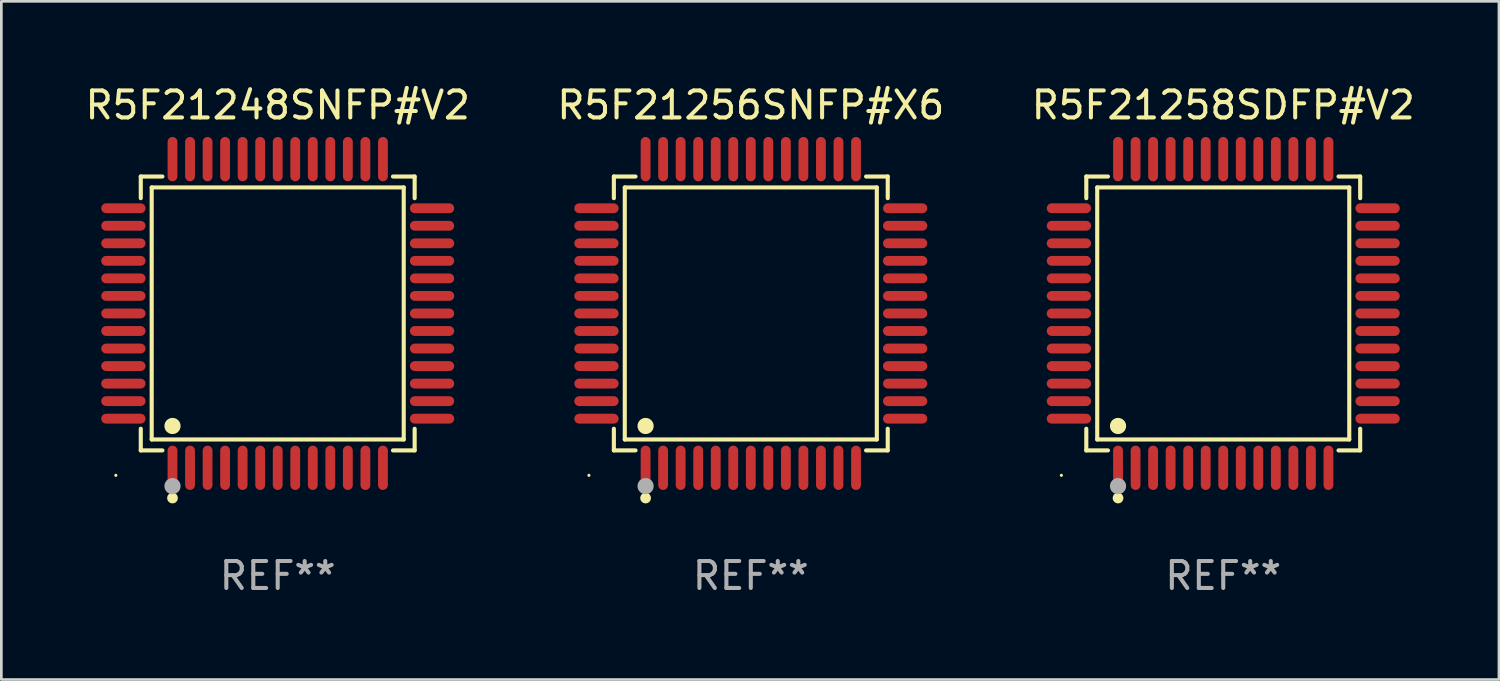
<source format=kicad_pcb>
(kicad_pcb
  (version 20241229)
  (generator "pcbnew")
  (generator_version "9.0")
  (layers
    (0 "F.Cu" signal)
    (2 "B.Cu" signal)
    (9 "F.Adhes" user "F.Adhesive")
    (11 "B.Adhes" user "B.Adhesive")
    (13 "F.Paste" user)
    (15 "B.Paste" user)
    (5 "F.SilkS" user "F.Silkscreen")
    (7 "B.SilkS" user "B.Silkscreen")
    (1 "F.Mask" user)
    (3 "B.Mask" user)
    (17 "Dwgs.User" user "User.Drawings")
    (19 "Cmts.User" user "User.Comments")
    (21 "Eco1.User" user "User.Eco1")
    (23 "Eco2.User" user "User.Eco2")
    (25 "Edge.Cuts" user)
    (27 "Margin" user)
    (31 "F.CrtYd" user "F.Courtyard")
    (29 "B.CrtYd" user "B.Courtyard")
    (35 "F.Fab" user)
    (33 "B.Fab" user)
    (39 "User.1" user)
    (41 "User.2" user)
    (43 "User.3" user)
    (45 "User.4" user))
  (footprint "R5F21256SNFP#X6"
    (layer "F.Cu")
    (at 24.78 8.569)
    (property "Reference" "R5F21256SNFP#X6" (at 0 -7.721 0) (layer "F.SilkS") (effects (font (size 1 1) (thickness 0.15))))
    (attr through_hole)
    (fp_line (start -5.076 -5.076) (end -4.273 -5.076) (stroke (width 0.152) (type solid)) (layer "F.SilkS"))
    (fp_line (start -5.076 -4.273) (end -5.076 -5.076) (stroke (width 0.152) (type solid)) (layer "F.SilkS"))
    (fp_line (start -5.076 4.273) (end -5.076 5.076) (stroke (width 0.152) (type solid)) (layer "F.SilkS"))
    (fp_line (start -5.076 5.076) (end -4.273 5.076) (stroke (width 0.152) (type solid)) (layer "F.SilkS"))
    (fp_line (start -4.671 -4.671) (end 4.671 -4.671) (stroke (width 0.152) (type solid)) (layer "F.SilkS"))
    (fp_line (start -4.671 4.671) (end -4.671 -4.671) (stroke (width 0.152) (type solid)) (layer "F.SilkS"))
    (fp_line (start 4.671 -4.671) (end 4.671 4.671) (stroke (width 0.152) (type solid)) (layer "F.SilkS"))
    (fp_line (start 4.671 4.671) (end -4.671 4.671) (stroke (width 0.152) (type solid)) (layer "F.SilkS"))
    (fp_line (start 5.076 -5.076) (end 4.273 -5.076) (stroke (width 0.152) (type solid)) (layer "F.SilkS"))
    (fp_line (start 5.076 -4.273) (end 5.076 -5.076) (stroke (width 0.152) (type solid)) (layer "F.SilkS"))
    (fp_line (start 5.076 4.273) (end 5.076 5.076) (stroke (width 0.152) (type solid)) (layer "F.SilkS"))
    (fp_line (start 5.076 5.076) (end 4.273 5.076) (stroke (width 0.152) (type solid)) (layer "F.SilkS"))
    (fp_circle (center -6 6) (end -5.97 6) (stroke (width 0.06) (type solid)) (fill no) (layer "F.SilkS"))
    (fp_circle (center -3.9 4.171) (end -3.75 4.171) (stroke (width 0.3) (type solid)) (fill no) (layer "F.SilkS"))
    (fp_circle (center -3.9 6.842) (end -3.8 6.842) (stroke (width 0.2) (type solid)) (fill no) (layer "F.SilkS"))
    (fp_circle (center -3.9 6.4) (end -3.75 6.4) (stroke (width 0.3) (type solid)) (fill no) (layer "F.Fab"))
    (fp_text user "REF**" (at 0 9.721 0) (layer "F.Fab") (effects (font (size 1 1) (thickness 0.15))))
    (pad "1" smd oval (at -3.9 5.721) (size 0.364 1.642) (layers "F.Cu" "F.Mask" "F.Paste"))
    (pad "2" smd oval (at -3.25 5.721) (size 0.364 1.642) (layers "F.Cu" "F.Mask" "F.Paste"))
    (pad "3" smd oval (at -2.6 5.721) (size 0.364 1.642) (layers "F.Cu" "F.Mask" "F.Paste"))
    (pad "4" smd oval (at -1.95 5.721) (size 0.364 1.642) (layers "F.Cu" "F.Mask" "F.Paste"))
    (pad "5" smd oval (at -1.3 5.721) (size 0.364 1.642) (layers "F.Cu" "F.Mask" "F.Paste"))
    (pad "6" smd oval (at -0.65 5.721) (size 0.364 1.642) (layers "F.Cu" "F.Mask" "F.Paste"))
    (pad "7" smd oval (at 0 5.721) (size 0.364 1.642) (layers "F.Cu" "F.Mask" "F.Paste"))
    (pad "8" smd oval (at 0.65 5.721) (size 0.364 1.642) (layers "F.Cu" "F.Mask" "F.Paste"))
    (pad "9" smd oval (at 1.3 5.721) (size 0.364 1.642) (layers "F.Cu" "F.Mask" "F.Paste"))
    (pad "10" smd oval (at 1.95 5.721) (size 0.364 1.642) (layers "F.Cu" "F.Mask" "F.Paste"))
    (pad "11" smd oval (at 2.6 5.721) (size 0.364 1.642) (layers "F.Cu" "F.Mask" "F.Paste"))
    (pad "12" smd oval (at 3.25 5.721) (size 0.364 1.642) (layers "F.Cu" "F.Mask" "F.Paste"))
    (pad "13" smd oval (at 3.9 5.721) (size 0.364 1.642) (layers "F.Cu" "F.Mask" "F.Paste"))
    (pad "14" smd oval (at 5.721 3.9) (size 1.642 0.364) (layers "F.Cu" "F.Mask" "F.Paste"))
    (pad "15" smd oval (at 5.721 3.25) (size 1.642 0.364) (layers "F.Cu" "F.Mask" "F.Paste"))
    (pad "16" smd oval (at 5.721 2.6) (size 1.642 0.364) (layers "F.Cu" "F.Mask" "F.Paste"))
    (pad "17" smd oval (at 5.721 1.95) (size 1.642 0.364) (layers "F.Cu" "F.Mask" "F.Paste"))
    (pad "18" smd oval (at 5.721 1.3) (size 1.642 0.364) (layers "F.Cu" "F.Mask" "F.Paste"))
    (pad "19" smd oval (at 5.721 0.65) (size 1.642 0.364) (layers "F.Cu" "F.Mask" "F.Paste"))
    (pad "20" smd oval (at 5.721 0) (size 1.642 0.364) (layers "F.Cu" "F.Mask" "F.Paste"))
    (pad "21" smd oval (at 5.721 -0.65) (size 1.642 0.364) (layers "F.Cu" "F.Mask" "F.Paste"))
    (pad "22" smd oval (at 5.721 -1.3) (size 1.642 0.364) (layers "F.Cu" "F.Mask" "F.Paste"))
    (pad "23" smd oval (at 5.721 -1.95) (size 1.642 0.364) (layers "F.Cu" "F.Mask" "F.Paste"))
    (pad "24" smd oval (at 5.721 -2.6) (size 1.642 0.364) (layers "F.Cu" "F.Mask" "F.Paste"))
    (pad "25" smd oval (at 5.721 -3.25) (size 1.642 0.364) (layers "F.Cu" "F.Mask" "F.Paste"))
    (pad "26" smd oval (at 5.721 -3.9) (size 1.642 0.364) (layers "F.Cu" "F.Mask" "F.Paste"))
    (pad "27" smd oval (at 3.9 -5.721) (size 0.364 1.642) (layers "F.Cu" "F.Mask" "F.Paste"))
    (pad "28" smd oval (at 3.25 -5.721) (size 0.364 1.642) (layers "F.Cu" "F.Mask" "F.Paste"))
    (pad "29" smd oval (at 2.6 -5.721) (size 0.364 1.642) (layers "F.Cu" "F.Mask" "F.Paste"))
    (pad "30" smd oval (at 1.95 -5.721) (size 0.364 1.642) (layers "F.Cu" "F.Mask" "F.Paste"))
    (pad "31" smd oval (at 1.3 -5.721) (size 0.364 1.642) (layers "F.Cu" "F.Mask" "F.Paste"))
    (pad "32" smd oval (at 0.65 -5.721) (size 0.364 1.642) (layers "F.Cu" "F.Mask" "F.Paste"))
    (pad "33" smd oval (at 0 -5.721) (size 0.364 1.642) (layers "F.Cu" "F.Mask" "F.Paste"))
    (pad "34" smd oval (at -0.65 -5.721) (size 0.364 1.642) (layers "F.Cu" "F.Mask" "F.Paste"))
    (pad "35" smd oval (at -1.3 -5.721) (size 0.364 1.642) (layers "F.Cu" "F.Mask" "F.Paste"))
    (pad "36" smd oval (at -1.95 -5.721) (size 0.364 1.642) (layers "F.Cu" "F.Mask" "F.Paste"))
    (pad "37" smd oval (at -2.6 -5.721) (size 0.364 1.642) (layers "F.Cu" "F.Mask" "F.Paste"))
    (pad "38" smd oval (at -3.25 -5.721) (size 0.364 1.642) (layers "F.Cu" "F.Mask" "F.Paste"))
    (pad "39" smd oval (at -3.9 -5.721) (size 0.364 1.642) (layers "F.Cu" "F.Mask" "F.Paste"))
    (pad "40" smd oval (at -5.721 -3.9) (size 1.642 0.364) (layers "F.Cu" "F.Mask" "F.Paste"))
    (pad "41" smd oval (at -5.721 -3.25) (size 1.642 0.364) (layers "F.Cu" "F.Mask" "F.Paste"))
    (pad "42" smd oval (at -5.721 -2.6) (size 1.642 0.364) (layers "F.Cu" "F.Mask" "F.Paste"))
    (pad "43" smd oval (at -5.721 -1.95) (size 1.642 0.364) (layers "F.Cu" "F.Mask" "F.Paste"))
    (pad "44" smd oval (at -5.721 -1.3) (size 1.642 0.364) (layers "F.Cu" "F.Mask" "F.Paste"))
    (pad "45" smd oval (at -5.721 -0.65) (size 1.642 0.364) (layers "F.Cu" "F.Mask" "F.Paste"))
    (pad "46" smd oval (at -5.721 0) (size 1.642 0.364) (layers "F.Cu" "F.Mask" "F.Paste"))
    (pad "47" smd oval (at -5.721 0.65) (size 1.642 0.364) (layers "F.Cu" "F.Mask" "F.Paste"))
    (pad "48" smd oval (at -5.721 1.3) (size 1.642 0.364) (layers "F.Cu" "F.Mask" "F.Paste"))
    (pad "49" smd oval (at -5.721 1.95) (size 1.642 0.364) (layers "F.Cu" "F.Mask" "F.Paste"))
    (pad "50" smd oval (at -5.721 2.6) (size 1.642 0.364) (layers "F.Cu" "F.Mask" "F.Paste"))
    (pad "51" smd oval (at -5.721 3.25) (size 1.642 0.364) (layers "F.Cu" "F.Mask" "F.Paste"))
    (pad "52" smd oval (at -5.721 3.9) (size 1.642 0.364) (layers "F.Cu" "F.Mask" "F.Paste")))
  (footprint "R5F21258SDFP#V2"
    (layer "F.Cu")
    (at 42.292 8.569)
    (property "Reference" "R5F21258SDFP#V2" (at 0 -7.721 0) (layer "F.SilkS") (effects (font (size 1 1) (thickness 0.15))))
    (attr through_hole)
    (fp_line (start -5.076 -5.076) (end -4.273 -5.076) (stroke (width 0.152) (type solid)) (layer "F.SilkS"))
    (fp_line (start -5.076 -4.273) (end -5.076 -5.076) (stroke (width 0.152) (type solid)) (layer "F.SilkS"))
    (fp_line (start -5.076 4.273) (end -5.076 5.076) (stroke (width 0.152) (type solid)) (layer "F.SilkS"))
    (fp_line (start -5.076 5.076) (end -4.273 5.076) (stroke (width 0.152) (type solid)) (layer "F.SilkS"))
    (fp_line (start -4.671 -4.671) (end 4.671 -4.671) (stroke (width 0.152) (type solid)) (layer "F.SilkS"))
    (fp_line (start -4.671 4.671) (end -4.671 -4.671) (stroke (width 0.152) (type solid)) (layer "F.SilkS"))
    (fp_line (start 4.671 -4.671) (end 4.671 4.671) (stroke (width 0.152) (type solid)) (layer "F.SilkS"))
    (fp_line (start 4.671 4.671) (end -4.671 4.671) (stroke (width 0.152) (type solid)) (layer "F.SilkS"))
    (fp_line (start 5.076 -5.076) (end 4.273 -5.076) (stroke (width 0.152) (type solid)) (layer "F.SilkS"))
    (fp_line (start 5.076 -4.273) (end 5.076 -5.076) (stroke (width 0.152) (type solid)) (layer "F.SilkS"))
    (fp_line (start 5.076 4.273) (end 5.076 5.076) (stroke (width 0.152) (type solid)) (layer "F.SilkS"))
    (fp_line (start 5.076 5.076) (end 4.273 5.076) (stroke (width 0.152) (type solid)) (layer "F.SilkS"))
    (fp_circle (center -6 6) (end -5.97 6) (stroke (width 0.06) (type solid)) (fill no) (layer "F.SilkS"))
    (fp_circle (center -3.9 4.171) (end -3.75 4.171) (stroke (width 0.3) (type solid)) (fill no) (layer "F.SilkS"))
    (fp_circle (center -3.9 6.842) (end -3.8 6.842) (stroke (width 0.2) (type solid)) (fill no) (layer "F.SilkS"))
    (fp_circle (center -3.9 6.4) (end -3.75 6.4) (stroke (width 0.3) (type solid)) (fill no) (layer "F.Fab"))
    (fp_text user "REF**" (at 0 9.721 0) (layer "F.Fab") (effects (font (size 1 1) (thickness 0.15))))
    (pad "1" smd oval (at -3.9 5.721) (size 0.364 1.642) (layers "F.Cu" "F.Mask" "F.Paste"))
    (pad "2" smd oval (at -3.25 5.721) (size 0.364 1.642) (layers "F.Cu" "F.Mask" "F.Paste"))
    (pad "3" smd oval (at -2.6 5.721) (size 0.364 1.642) (layers "F.Cu" "F.Mask" "F.Paste"))
    (pad "4" smd oval (at -1.95 5.721) (size 0.364 1.642) (layers "F.Cu" "F.Mask" "F.Paste"))
    (pad "5" smd oval (at -1.3 5.721) (size 0.364 1.642) (layers "F.Cu" "F.Mask" "F.Paste"))
    (pad "6" smd oval (at -0.65 5.721) (size 0.364 1.642) (layers "F.Cu" "F.Mask" "F.Paste"))
    (pad "7" smd oval (at 0 5.721) (size 0.364 1.642) (layers "F.Cu" "F.Mask" "F.Paste"))
    (pad "8" smd oval (at 0.65 5.721) (size 0.364 1.642) (layers "F.Cu" "F.Mask" "F.Paste"))
    (pad "9" smd oval (at 1.3 5.721) (size 0.364 1.642) (layers "F.Cu" "F.Mask" "F.Paste"))
    (pad "10" smd oval (at 1.95 5.721) (size 0.364 1.642) (layers "F.Cu" "F.Mask" "F.Paste"))
    (pad "11" smd oval (at 2.6 5.721) (size 0.364 1.642) (layers "F.Cu" "F.Mask" "F.Paste"))
    (pad "12" smd oval (at 3.25 5.721) (size 0.364 1.642) (layers "F.Cu" "F.Mask" "F.Paste"))
    (pad "13" smd oval (at 3.9 5.721) (size 0.364 1.642) (layers "F.Cu" "F.Mask" "F.Paste"))
    (pad "14" smd oval (at 5.721 3.9) (size 1.642 0.364) (layers "F.Cu" "F.Mask" "F.Paste"))
    (pad "15" smd oval (at 5.721 3.25) (size 1.642 0.364) (layers "F.Cu" "F.Mask" "F.Paste"))
    (pad "16" smd oval (at 5.721 2.6) (size 1.642 0.364) (layers "F.Cu" "F.Mask" "F.Paste"))
    (pad "17" smd oval (at 5.721 1.95) (size 1.642 0.364) (layers "F.Cu" "F.Mask" "F.Paste"))
    (pad "18" smd oval (at 5.721 1.3) (size 1.642 0.364) (layers "F.Cu" "F.Mask" "F.Paste"))
    (pad "19" smd oval (at 5.721 0.65) (size 1.642 0.364) (layers "F.Cu" "F.Mask" "F.Paste"))
    (pad "20" smd oval (at 5.721 0) (size 1.642 0.364) (layers "F.Cu" "F.Mask" "F.Paste"))
    (pad "21" smd oval (at 5.721 -0.65) (size 1.642 0.364) (layers "F.Cu" "F.Mask" "F.Paste"))
    (pad "22" smd oval (at 5.721 -1.3) (size 1.642 0.364) (layers "F.Cu" "F.Mask" "F.Paste"))
    (pad "23" smd oval (at 5.721 -1.95) (size 1.642 0.364) (layers "F.Cu" "F.Mask" "F.Paste"))
    (pad "24" smd oval (at 5.721 -2.6) (size 1.642 0.364) (layers "F.Cu" "F.Mask" "F.Paste"))
    (pad "25" smd oval (at 5.721 -3.25) (size 1.642 0.364) (layers "F.Cu" "F.Mask" "F.Paste"))
    (pad "26" smd oval (at 5.721 -3.9) (size 1.642 0.364) (layers "F.Cu" "F.Mask" "F.Paste"))
    (pad "27" smd oval (at 3.9 -5.721) (size 0.364 1.642) (layers "F.Cu" "F.Mask" "F.Paste"))
    (pad "28" smd oval (at 3.25 -5.721) (size 0.364 1.642) (layers "F.Cu" "F.Mask" "F.Paste"))
    (pad "29" smd oval (at 2.6 -5.721) (size 0.364 1.642) (layers "F.Cu" "F.Mask" "F.Paste"))
    (pad "30" smd oval (at 1.95 -5.721) (size 0.364 1.642) (layers "F.Cu" "F.Mask" "F.Paste"))
    (pad "31" smd oval (at 1.3 -5.721) (size 0.364 1.642) (layers "F.Cu" "F.Mask" "F.Paste"))
    (pad "32" smd oval (at 0.65 -5.721) (size 0.364 1.642) (layers "F.Cu" "F.Mask" "F.Paste"))
    (pad "33" smd oval (at 0 -5.721) (size 0.364 1.642) (layers "F.Cu" "F.Mask" "F.Paste"))
    (pad "34" smd oval (at -0.65 -5.721) (size 0.364 1.642) (layers "F.Cu" "F.Mask" "F.Paste"))
    (pad "35" smd oval (at -1.3 -5.721) (size 0.364 1.642) (layers "F.Cu" "F.Mask" "F.Paste"))
    (pad "36" smd oval (at -1.95 -5.721) (size 0.364 1.642) (layers "F.Cu" "F.Mask" "F.Paste"))
    (pad "37" smd oval (at -2.6 -5.721) (size 0.364 1.642) (layers "F.Cu" "F.Mask" "F.Paste"))
    (pad "38" smd oval (at -3.25 -5.721) (size 0.364 1.642) (layers "F.Cu" "F.Mask" "F.Paste"))
    (pad "39" smd oval (at -3.9 -5.721) (size 0.364 1.642) (layers "F.Cu" "F.Mask" "F.Paste"))
    (pad "40" smd oval (at -5.721 -3.9) (size 1.642 0.364) (layers "F.Cu" "F.Mask" "F.Paste"))
    (pad "41" smd oval (at -5.721 -3.25) (size 1.642 0.364) (layers "F.Cu" "F.Mask" "F.Paste"))
    (pad "42" smd oval (at -5.721 -2.6) (size 1.642 0.364) (layers "F.Cu" "F.Mask" "F.Paste"))
    (pad "43" smd oval (at -5.721 -1.95) (size 1.642 0.364) (layers "F.Cu" "F.Mask" "F.Paste"))
    (pad "44" smd oval (at -5.721 -1.3) (size 1.642 0.364) (layers "F.Cu" "F.Mask" "F.Paste"))
    (pad "45" smd oval (at -5.721 -0.65) (size 1.642 0.364) (layers "F.Cu" "F.Mask" "F.Paste"))
    (pad "46" smd oval (at -5.721 0) (size 1.642 0.364) (layers "F.Cu" "F.Mask" "F.Paste"))
    (pad "47" smd oval (at -5.721 0.65) (size 1.642 0.364) (layers "F.Cu" "F.Mask" "F.Paste"))
    (pad "48" smd oval (at -5.721 1.3) (size 1.642 0.364) (layers "F.Cu" "F.Mask" "F.Paste"))
    (pad "49" smd oval (at -5.721 1.95) (size 1.642 0.364) (layers "F.Cu" "F.Mask" "F.Paste"))
    (pad "50" smd oval (at -5.721 2.6) (size 1.642 0.364) (layers "F.Cu" "F.Mask" "F.Paste"))
    (pad "51" smd oval (at -5.721 3.25) (size 1.642 0.364) (layers "F.Cu" "F.Mask" "F.Paste"))
    (pad "52" smd oval (at -5.721 3.9) (size 1.642 0.364) (layers "F.Cu" "F.Mask" "F.Paste")))
  (footprint "R5F21248SNFP#V2"
    (layer "F.Cu")
    (at 7.244 8.569)
    (property "Reference" "R5F21248SNFP#V2" (at 0 -7.721 0) (layer "F.SilkS") (effects (font (size 1 1) (thickness 0.15))))
    (attr through_hole)
    (fp_line (start -5.076 -5.076) (end -4.273 -5.076) (stroke (width 0.152) (type solid)) (layer "F.SilkS"))
    (fp_line (start -5.076 -4.273) (end -5.076 -5.076) (stroke (width 0.152) (type solid)) (layer "F.SilkS"))
    (fp_line (start -5.076 4.273) (end -5.076 5.076) (stroke (width 0.152) (type solid)) (layer "F.SilkS"))
    (fp_line (start -5.076 5.076) (end -4.273 5.076) (stroke (width 0.152) (type solid)) (layer "F.SilkS"))
    (fp_line (start -4.671 -4.671) (end 4.671 -4.671) (stroke (width 0.152) (type solid)) (layer "F.SilkS"))
    (fp_line (start -4.671 4.671) (end -4.671 -4.671) (stroke (width 0.152) (type solid)) (layer "F.SilkS"))
    (fp_line (start 4.671 -4.671) (end 4.671 4.671) (stroke (width 0.152) (type solid)) (layer "F.SilkS"))
    (fp_line (start 4.671 4.671) (end -4.671 4.671) (stroke (width 0.152) (type solid)) (layer "F.SilkS"))
    (fp_line (start 5.076 -5.076) (end 4.273 -5.076) (stroke (width 0.152) (type solid)) (layer "F.SilkS"))
    (fp_line (start 5.076 -4.273) (end 5.076 -5.076) (stroke (width 0.152) (type solid)) (layer "F.SilkS"))
    (fp_line (start 5.076 4.273) (end 5.076 5.076) (stroke (width 0.152) (type solid)) (layer "F.SilkS"))
    (fp_line (start 5.076 5.076) (end 4.273 5.076) (stroke (width 0.152) (type solid)) (layer "F.SilkS"))
    (fp_circle (center -6 6) (end -5.97 6) (stroke (width 0.06) (type solid)) (fill no) (layer "F.SilkS"))
    (fp_circle (center -3.9 4.171) (end -3.75 4.171) (stroke (width 0.3) (type solid)) (fill no) (layer "F.SilkS"))
    (fp_circle (center -3.9 6.842) (end -3.8 6.842) (stroke (width 0.2) (type solid)) (fill no) (layer "F.SilkS"))
    (fp_circle (center -3.9 6.4) (end -3.75 6.4) (stroke (width 0.3) (type solid)) (fill no) (layer "F.Fab"))
    (fp_text user "REF**" (at 0 9.721 0) (layer "F.Fab") (effects (font (size 1 1) (thickness 0.15))))
    (pad "1" smd oval (at -3.9 5.721) (size 0.364 1.642) (layers "F.Cu" "F.Mask" "F.Paste"))
    (pad "2" smd oval (at -3.25 5.721) (size 0.364 1.642) (layers "F.Cu" "F.Mask" "F.Paste"))
    (pad "3" smd oval (at -2.6 5.721) (size 0.364 1.642) (layers "F.Cu" "F.Mask" "F.Paste"))
    (pad "4" smd oval (at -1.95 5.721) (size 0.364 1.642) (layers "F.Cu" "F.Mask" "F.Paste"))
    (pad "5" smd oval (at -1.3 5.721) (size 0.364 1.642) (layers "F.Cu" "F.Mask" "F.Paste"))
    (pad "6" smd oval (at -0.65 5.721) (size 0.364 1.642) (layers "F.Cu" "F.Mask" "F.Paste"))
    (pad "7" smd oval (at 0 5.721) (size 0.364 1.642) (layers "F.Cu" "F.Mask" "F.Paste"))
    (pad "8" smd oval (at 0.65 5.721) (size 0.364 1.642) (layers "F.Cu" "F.Mask" "F.Paste"))
    (pad "9" smd oval (at 1.3 5.721) (size 0.364 1.642) (layers "F.Cu" "F.Mask" "F.Paste"))
    (pad "10" smd oval (at 1.95 5.721) (size 0.364 1.642) (layers "F.Cu" "F.Mask" "F.Paste"))
    (pad "11" smd oval (at 2.6 5.721) (size 0.364 1.642) (layers "F.Cu" "F.Mask" "F.Paste"))
    (pad "12" smd oval (at 3.25 5.721) (size 0.364 1.642) (layers "F.Cu" "F.Mask" "F.Paste"))
    (pad "13" smd oval (at 3.9 5.721) (size 0.364 1.642) (layers "F.Cu" "F.Mask" "F.Paste"))
    (pad "14" smd oval (at 5.721 3.9) (size 1.642 0.364) (layers "F.Cu" "F.Mask" "F.Paste"))
    (pad "15" smd oval (at 5.721 3.25) (size 1.642 0.364) (layers "F.Cu" "F.Mask" "F.Paste"))
    (pad "16" smd oval (at 5.721 2.6) (size 1.642 0.364) (layers "F.Cu" "F.Mask" "F.Paste"))
    (pad "17" smd oval (at 5.721 1.95) (size 1.642 0.364) (layers "F.Cu" "F.Mask" "F.Paste"))
    (pad "18" smd oval (at 5.721 1.3) (size 1.642 0.364) (layers "F.Cu" "F.Mask" "F.Paste"))
    (pad "19" smd oval (at 5.721 0.65) (size 1.642 0.364) (layers "F.Cu" "F.Mask" "F.Paste"))
    (pad "20" smd oval (at 5.721 0) (size 1.642 0.364) (layers "F.Cu" "F.Mask" "F.Paste"))
    (pad "21" smd oval (at 5.721 -0.65) (size 1.642 0.364) (layers "F.Cu" "F.Mask" "F.Paste"))
    (pad "22" smd oval (at 5.721 -1.3) (size 1.642 0.364) (layers "F.Cu" "F.Mask" "F.Paste"))
    (pad "23" smd oval (at 5.721 -1.95) (size 1.642 0.364) (layers "F.Cu" "F.Mask" "F.Paste"))
    (pad "24" smd oval (at 5.721 -2.6) (size 1.642 0.364) (layers "F.Cu" "F.Mask" "F.Paste"))
    (pad "25" smd oval (at 5.721 -3.25) (size 1.642 0.364) (layers "F.Cu" "F.Mask" "F.Paste"))
    (pad "26" smd oval (at 5.721 -3.9) (size 1.642 0.364) (layers "F.Cu" "F.Mask" "F.Paste"))
    (pad "27" smd oval (at 3.9 -5.721) (size 0.364 1.642) (layers "F.Cu" "F.Mask" "F.Paste"))
    (pad "28" smd oval (at 3.25 -5.721) (size 0.364 1.642) (layers "F.Cu" "F.Mask" "F.Paste"))
    (pad "29" smd oval (at 2.6 -5.721) (size 0.364 1.642) (layers "F.Cu" "F.Mask" "F.Paste"))
    (pad "30" smd oval (at 1.95 -5.721) (size 0.364 1.642) (layers "F.Cu" "F.Mask" "F.Paste"))
    (pad "31" smd oval (at 1.3 -5.721) (size 0.364 1.642) (layers "F.Cu" "F.Mask" "F.Paste"))
    (pad "32" smd oval (at 0.65 -5.721) (size 0.364 1.642) (layers "F.Cu" "F.Mask" "F.Paste"))
    (pad "33" smd oval (at 0 -5.721) (size 0.364 1.642) (layers "F.Cu" "F.Mask" "F.Paste"))
    (pad "34" smd oval (at -0.65 -5.721) (size 0.364 1.642) (layers "F.Cu" "F.Mask" "F.Paste"))
    (pad "35" smd oval (at -1.3 -5.721) (size 0.364 1.642) (layers "F.Cu" "F.Mask" "F.Paste"))
    (pad "36" smd oval (at -1.95 -5.721) (size 0.364 1.642) (layers "F.Cu" "F.Mask" "F.Paste"))
    (pad "37" smd oval (at -2.6 -5.721) (size 0.364 1.642) (layers "F.Cu" "F.Mask" "F.Paste"))
    (pad "38" smd oval (at -3.25 -5.721) (size 0.364 1.642) (layers "F.Cu" "F.Mask" "F.Paste"))
    (pad "39" smd oval (at -3.9 -5.721) (size 0.364 1.642) (layers "F.Cu" "F.Mask" "F.Paste"))
    (pad "40" smd oval (at -5.721 -3.9) (size 1.642 0.364) (layers "F.Cu" "F.Mask" "F.Paste"))
    (pad "41" smd oval (at -5.721 -3.25) (size 1.642 0.364) (layers "F.Cu" "F.Mask" "F.Paste"))
    (pad "42" smd oval (at -5.721 -2.6) (size 1.642 0.364) (layers "F.Cu" "F.Mask" "F.Paste"))
    (pad "43" smd oval (at -5.721 -1.95) (size 1.642 0.364) (layers "F.Cu" "F.Mask" "F.Paste"))
    (pad "44" smd oval (at -5.721 -1.3) (size 1.642 0.364) (layers "F.Cu" "F.Mask" "F.Paste"))
    (pad "45" smd oval (at -5.721 -0.65) (size 1.642 0.364) (layers "F.Cu" "F.Mask" "F.Paste"))
    (pad "46" smd oval (at -5.721 0) (size 1.642 0.364) (layers "F.Cu" "F.Mask" "F.Paste"))
    (pad "47" smd oval (at -5.721 0.65) (size 1.642 0.364) (layers "F.Cu" "F.Mask" "F.Paste"))
    (pad "48" smd oval (at -5.721 1.3) (size 1.642 0.364) (layers "F.Cu" "F.Mask" "F.Paste"))
    (pad "49" smd oval (at -5.721 1.95) (size 1.642 0.364) (layers "F.Cu" "F.Mask" "F.Paste"))
    (pad "50" smd oval (at -5.721 2.6) (size 1.642 0.364) (layers "F.Cu" "F.Mask" "F.Paste"))
    (pad "51" smd oval (at -5.721 3.25) (size 1.642 0.364) (layers "F.Cu" "F.Mask" "F.Paste"))
    (pad "52" smd oval (at -5.721 3.9) (size 1.642 0.364) (layers "F.Cu" "F.Mask" "F.Paste")))
  (gr_rect
    (start -3 -3)
    (end 52.512 22.139)
    (stroke (width 0.1) (type default))
    (fill no)
    (layer "Edge.Cuts")))
</source>
